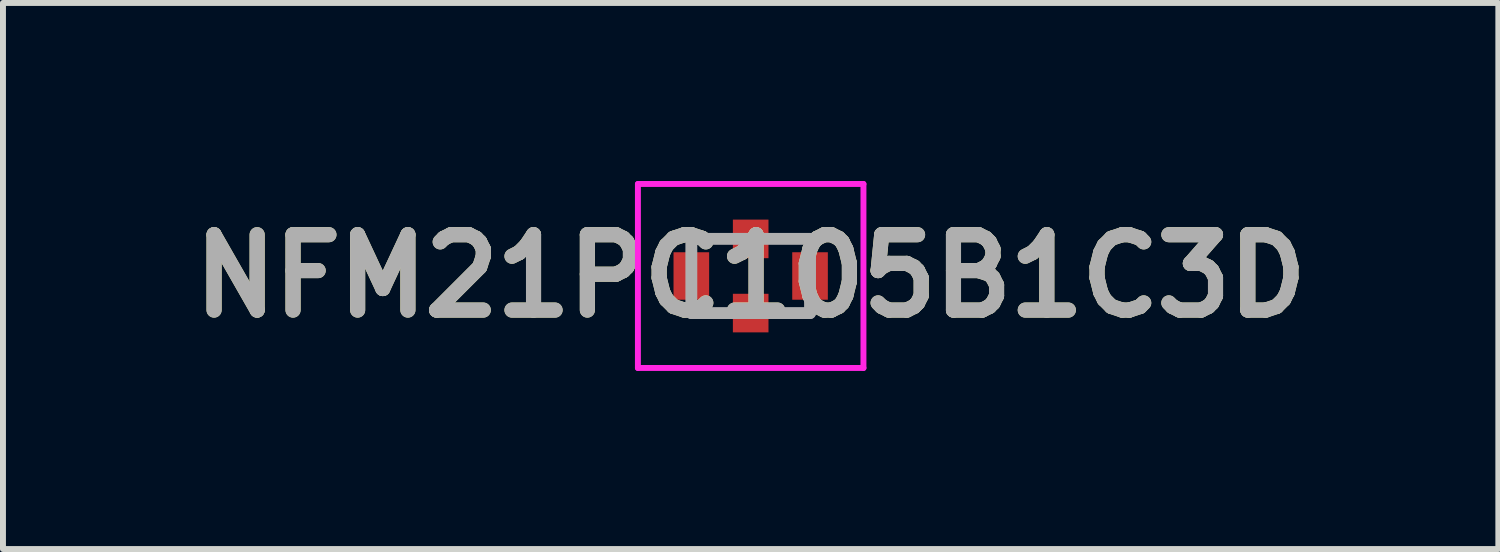
<source format=kicad_pcb>
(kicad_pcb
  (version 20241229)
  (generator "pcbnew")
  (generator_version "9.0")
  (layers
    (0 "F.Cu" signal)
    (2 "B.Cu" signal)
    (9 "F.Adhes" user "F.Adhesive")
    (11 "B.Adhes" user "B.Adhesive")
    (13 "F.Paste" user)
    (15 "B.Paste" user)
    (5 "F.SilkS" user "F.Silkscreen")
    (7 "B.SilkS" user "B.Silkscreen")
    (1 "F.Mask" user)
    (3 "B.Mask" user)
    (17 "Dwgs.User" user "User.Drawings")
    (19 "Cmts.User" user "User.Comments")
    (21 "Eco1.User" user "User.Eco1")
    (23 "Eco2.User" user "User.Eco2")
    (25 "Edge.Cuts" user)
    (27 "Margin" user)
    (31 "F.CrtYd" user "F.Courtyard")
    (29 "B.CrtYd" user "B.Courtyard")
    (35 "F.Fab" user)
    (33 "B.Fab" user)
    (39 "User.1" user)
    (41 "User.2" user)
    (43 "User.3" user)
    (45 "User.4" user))
  (footprint "NFM21PC105B1C3D"
    (layer "F.Cu")
    (at 9.598 1.6)
    (property "Reference" "NFM21PC105B1C3D" (at 0 0 0) (layer "F.SilkS") (effects (font (size 1.27 1.27) (thickness 0.254))))
    (attr smd)
    (fp_line (start -1.6 0) (end -1.6 0) (stroke (width 0.1) (type solid)) (layer "F.SilkS"))
    (fp_line (start -1.5 0) (end -1.5 0) (stroke (width 0.1) (type solid)) (layer "F.SilkS"))
    (fp_arc (start -1.6 0) (mid -1.55 -0.05) (end -1.5 0) (stroke (width 0.1) (type solid)) (layer "F.SilkS"))
    (fp_arc (start -1.5 0) (mid -1.55 0.05) (end -1.6 0) (stroke (width 0.1) (type solid)) (layer "F.SilkS"))
    (fp_line (start -1.9 -1.55) (end 1.9 -1.55) (stroke (width 0.1) (type solid)) (layer "F.CrtYd"))
    (fp_line (start -1.9 1.55) (end -1.9 -1.55) (stroke (width 0.1) (type solid)) (layer "F.CrtYd"))
    (fp_line (start 1.9 -1.55) (end 1.9 1.55) (stroke (width 0.1) (type solid)) (layer "F.CrtYd"))
    (fp_line (start 1.9 1.55) (end -1.9 1.55) (stroke (width 0.1) (type solid)) (layer "F.CrtYd"))
    (fp_line (start -1 -0.625) (end 1 -0.625) (stroke (width 0.2) (type solid)) (layer "F.Fab"))
    (fp_line (start -1 0.625) (end -1 -0.625) (stroke (width 0.2) (type solid)) (layer "F.Fab"))
    (fp_line (start 1 -0.625) (end 1 0.625) (stroke (width 0.2) (type solid)) (layer "F.Fab"))
    (fp_line (start 1 0.625) (end -1 0.625) (stroke (width 0.2) (type solid)) (layer "F.Fab"))
    (fp_text user "${REFERENCE}" (at 0 0 0) (layer "F.Fab") (effects (font (size 1.27 1.27) (thickness 0.254))))
    (pad "1" smd rect (at -1 0) (size 0.6 0.8) (layers "F.Cu" "F.Mask" "F.Paste"))
    (pad "3" smd rect (at 1 0) (size 0.6 0.8) (layers "F.Cu" "F.Mask" "F.Paste"))
    (pad "A2" smd rect (at 0 0.625) (size 0.6 0.65) (layers "F.Cu" "F.Mask" "F.Paste"))
    (pad "B2" smd rect (at 0 -0.625) (size 0.6 0.65) (layers "F.Cu" "F.Mask" "F.Paste")))
  (gr_rect
    (start -3 -3)
    (end 22.195 6.2)
    (stroke (width 0.1) (type default))
    (fill no)
    (layer "Edge.Cuts")))
</source>
